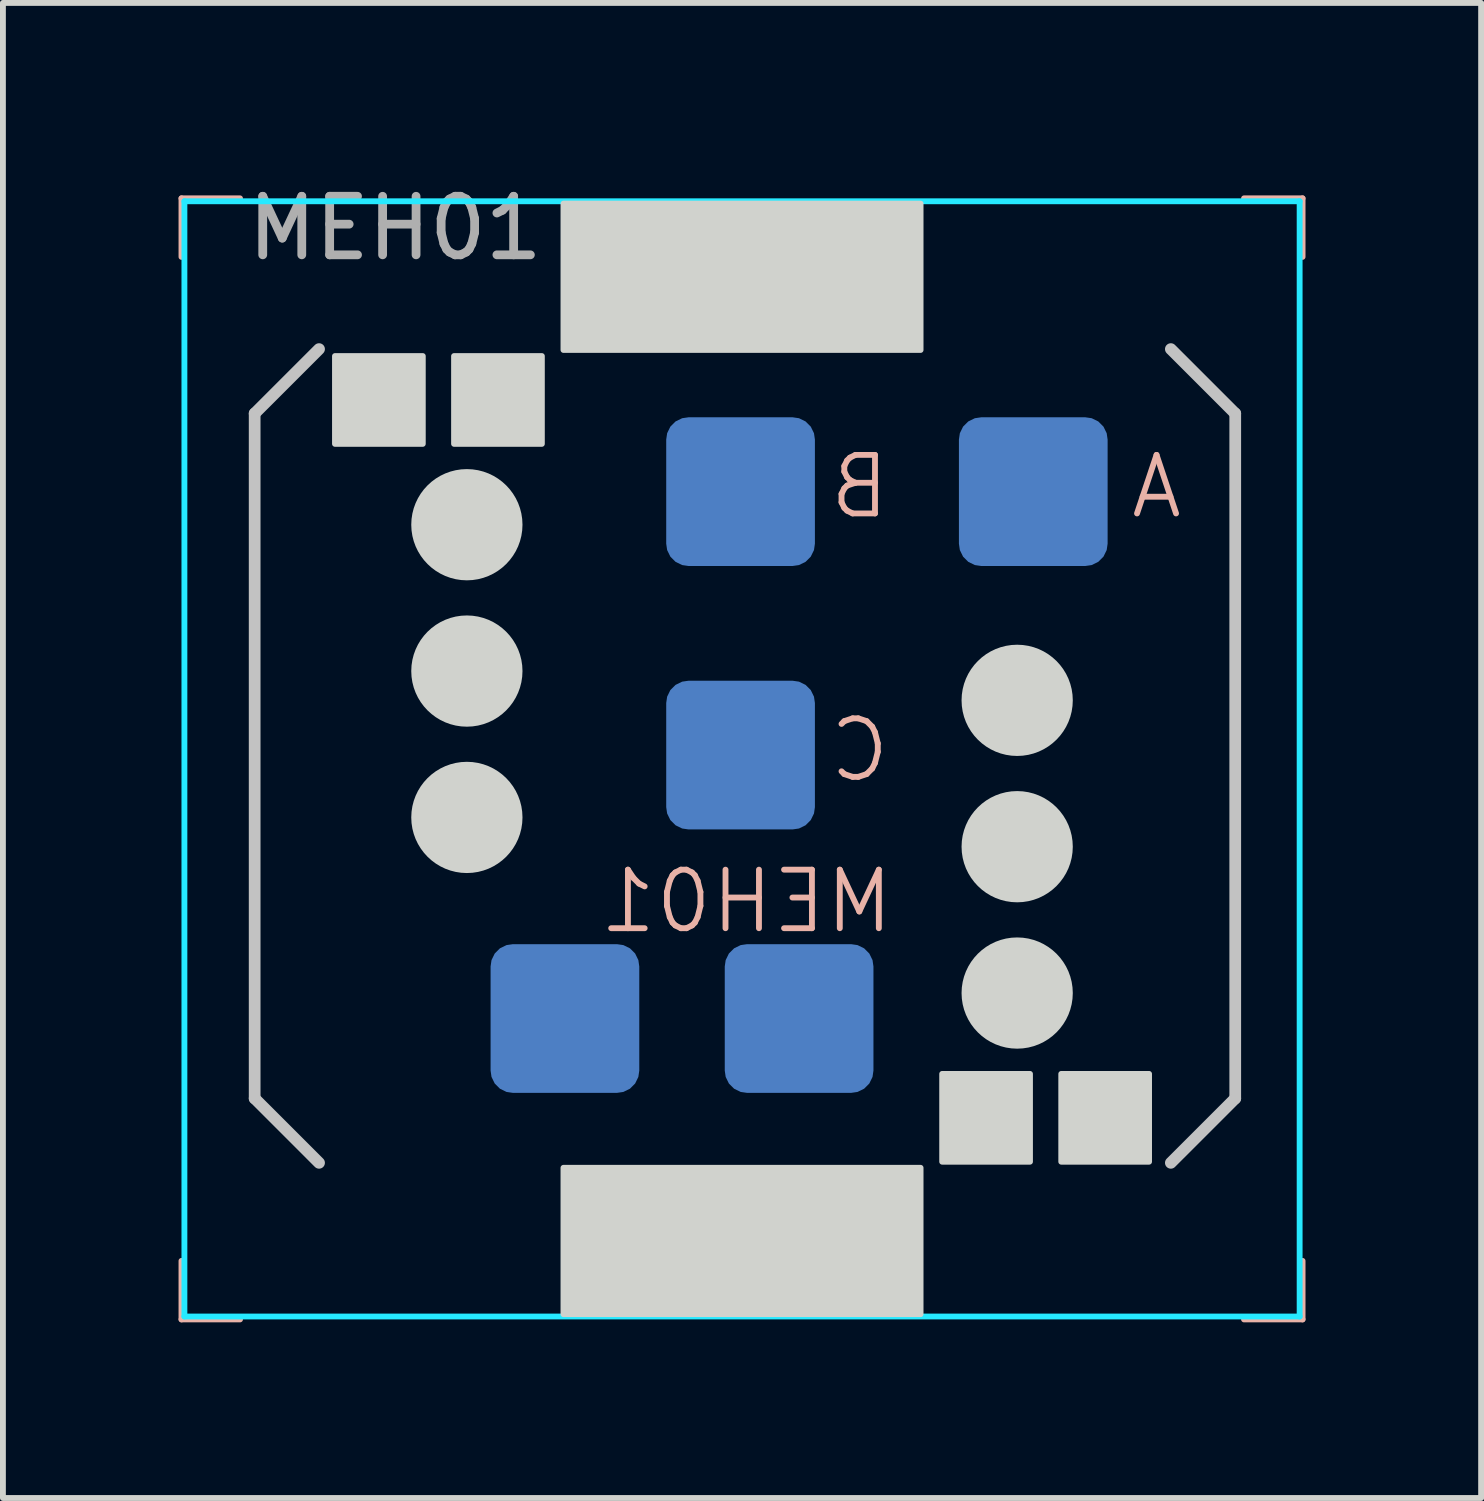
<source format=kicad_pcb>
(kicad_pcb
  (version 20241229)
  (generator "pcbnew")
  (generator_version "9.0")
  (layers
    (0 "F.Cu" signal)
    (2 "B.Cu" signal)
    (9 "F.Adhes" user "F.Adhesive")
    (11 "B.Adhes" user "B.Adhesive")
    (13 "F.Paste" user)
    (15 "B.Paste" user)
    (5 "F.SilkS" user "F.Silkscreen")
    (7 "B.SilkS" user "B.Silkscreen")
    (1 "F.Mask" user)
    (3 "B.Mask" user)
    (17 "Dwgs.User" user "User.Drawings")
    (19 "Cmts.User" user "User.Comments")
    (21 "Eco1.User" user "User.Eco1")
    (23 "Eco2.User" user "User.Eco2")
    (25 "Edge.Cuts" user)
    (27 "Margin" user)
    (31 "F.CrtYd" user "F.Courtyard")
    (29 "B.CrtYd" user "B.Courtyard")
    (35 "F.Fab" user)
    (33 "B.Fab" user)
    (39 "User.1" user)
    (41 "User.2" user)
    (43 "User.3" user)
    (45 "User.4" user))
  (footprint "MEH01"
    (layer "F.Cu")
    (at 9.7 9.848)
    (property "Reference" "MEH01" (at 0 2.5 0) (unlocked yes) (layer "B.SilkS") (effects (font (size 1 1) (thickness 0.1)) (justify mirror)))
    (attr exclude_from_pos_files exclude_from_bom)
    (fp_line (start -9.65 -9.51) (end -9.65 -8.51) (stroke (width 0.1) (type default)) (layer "B.SilkS"))
    (fp_line (start -9.65 8.64) (end -9.65 9.64) (stroke (width 0.1) (type default)) (layer "B.SilkS"))
    (fp_line (start -9.65 9.64) (end -8.65 9.64) (stroke (width 0.1) (type default)) (layer "B.SilkS"))
    (fp_line (start -8.65 -9.51) (end -9.65 -9.51) (stroke (width 0.1) (type default)) (layer "B.SilkS"))
    (fp_line (start 8.5 9.64) (end 9.5 9.64) (stroke (width 0.1) (type default)) (layer "B.SilkS"))
    (fp_line (start 9.5 -9.51) (end 8.5 -9.51) (stroke (width 0.1) (type default)) (layer "B.SilkS"))
    (fp_line (start 9.5 -8.51) (end 9.5 -9.51) (stroke (width 0.1) (type default)) (layer "B.SilkS"))
    (fp_line (start 9.5 9.64) (end 9.5 8.64) (stroke (width 0.1) (type default)) (layer "B.SilkS"))
    (fp_line (start -8.4 -5.835) (end -7.3 -6.935) (stroke (width 0.2) (type default)) (layer "Dwgs.User"))
    (fp_line (start -8.4 5.865) (end -8.4 -5.835) (stroke (width 0.2) (type default)) (layer "Dwgs.User"))
    (fp_line (start -7.3 6.965) (end -8.4 5.865) (stroke (width 0.2) (type default)) (layer "Dwgs.User"))
    (fp_line (start 7.25 -6.935) (end 8.35 -5.835) (stroke (width 0.2) (type default)) (layer "Dwgs.User"))
    (fp_line (start 8.35 -5.835) (end 8.35 5.865) (stroke (width 0.2) (type default)) (layer "Dwgs.User"))
    (fp_line (start 8.35 5.865) (end 7.25 6.965) (stroke (width 0.2) (type default)) (layer "Dwgs.User"))
    (fp_rect (start -7.028 -6.816) (end -5.528 -5.316) (stroke (width 0.1) (type solid)) (fill yes) (layer "Edge.Cuts"))
    (fp_rect (start -4.994 -6.816) (end -3.494 -5.316) (stroke (width 0.1) (type solid)) (fill yes) (layer "Edge.Cuts"))
    (fp_rect (start -3.125 -9.42) (end 2.975 -6.92) (stroke (width 0.1) (type solid)) (fill yes) (layer "Edge.Cuts"))
    (fp_rect (start -3.125 7.05) (end 2.975 9.55) (stroke (width 0.1) (type solid)) (fill yes) (layer "Edge.Cuts"))
    (fp_rect (start 3.344 5.446) (end 4.844 6.946) (stroke (width 0.1) (type solid)) (fill yes) (layer "Edge.Cuts"))
    (fp_rect (start 5.378 5.446) (end 6.878 6.946) (stroke (width 0.1) (type solid)) (fill yes) (layer "Edge.Cuts"))
    (fp_circle (center -4.775 -3.935) (end -4.775 -3.035) (stroke (width 0.1) (type solid)) (fill yes) (layer "Edge.Cuts"))
    (fp_circle (center -4.775 -1.435) (end -4.775 -0.535) (stroke (width 0.1) (type solid)) (fill yes) (layer "Edge.Cuts"))
    (fp_circle (center -4.775 1.065) (end -4.775 1.965) (stroke (width 0.1) (type solid)) (fill yes) (layer "Edge.Cuts"))
    (fp_circle (center 4.625 -0.935) (end 4.625 -0.035) (stroke (width 0.1) (type solid)) (fill yes) (layer "Edge.Cuts"))
    (fp_circle (center 4.625 1.565) (end 4.625 2.465) (stroke (width 0.1) (type solid)) (fill yes) (layer "Edge.Cuts"))
    (fp_circle (center 4.625 4.065) (end 4.625 4.965) (stroke (width 0.1) (type solid)) (fill yes) (layer "Edge.Cuts"))
    (fp_line (start -9.6 -9.46) (end -9.6 9.59) (stroke (width 0.1) (type solid)) (layer "B.CrtYd"))
    (fp_line (start -9.6 9.59) (end 9.45 9.59) (stroke (width 0.1) (type solid)) (layer "B.CrtYd"))
    (fp_line (start 9.45 -9.46) (end -9.6 -9.46) (stroke (width 0.1) (type solid)) (layer "B.CrtYd"))
    (fp_line (start 9.45 9.59) (end 9.45 -9.46) (stroke (width 0.1) (type solid)) (layer "B.CrtYd"))
    (fp_text user "C" (at 2.5 0.5 0) (unlocked yes) (layer "B.SilkS") (effects (font (size 1 1) (thickness 0.1)) (justify left bottom mirror)))
    (fp_text user "A" (at 7.5 -4 0) (unlocked yes) (layer "B.SilkS") (effects (font (size 1 1) (thickness 0.1)) (justify left bottom mirror)))
    (fp_text user "B" (at 2.5 -4 0) (unlocked yes) (layer "B.SilkS") (effects (font (size 1 1) (thickness 0.1)) (justify left bottom mirror)))
    (fp_text user "${REFERENCE}" (at -6 -9 0) (unlocked yes) (layer "F.Fab") (effects (font (size 1 1) (thickness 0.15))))
    (pad "1" smd roundrect (at -0.1 0 90) (size 2.54 2.54) (layers "B.Cu" "B.Mask") (roundrect_rratio 0.15))
    (pad "2" smd roundrect (at -0.1 -4.5 90) (size 2.54 2.54) (layers "B.Cu" "B.Mask") (roundrect_rratio 0.15))
    (pad "3" smd roundrect (at 4.9 -4.5 90) (size 2.54 2.54) (layers "B.Cu" "B.Mask") (roundrect_rratio 0.15))
    (pad "4" smd roundrect (at -3.1 4.5 90) (size 2.54 2.54) (layers "B.Cu" "B.Mask") (roundrect_rratio 0.15))
    (pad "5" smd roundrect (at 0.9 4.5 90) (size 2.54 2.54) (layers "B.Cu" "B.Mask") (roundrect_rratio 0.15)))
  (gr_rect
    (start -3 -3)
    (end 22.25 22.538)
    (stroke (width 0.1) (type default))
    (fill no)
    (layer "Edge.Cuts")))
</source>
